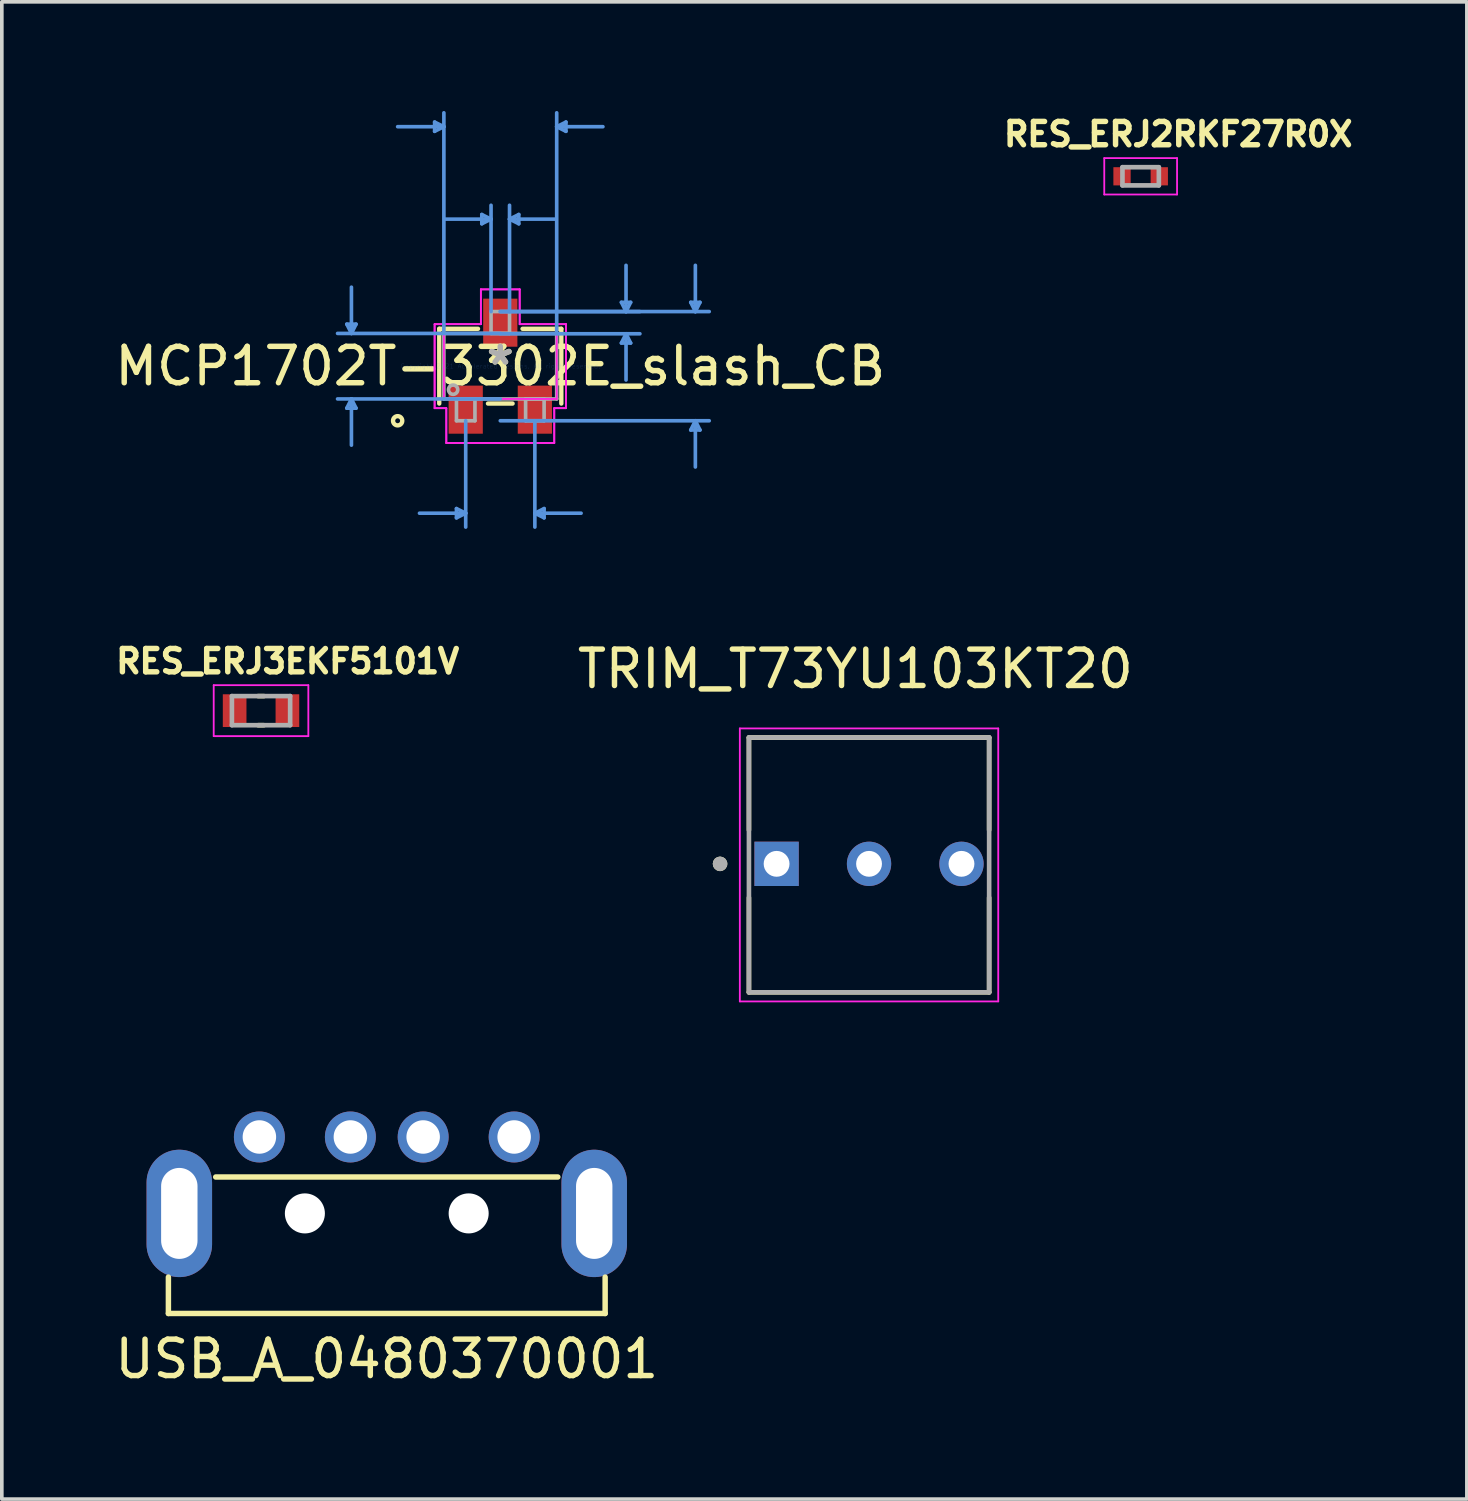
<source format=kicad_pcb>
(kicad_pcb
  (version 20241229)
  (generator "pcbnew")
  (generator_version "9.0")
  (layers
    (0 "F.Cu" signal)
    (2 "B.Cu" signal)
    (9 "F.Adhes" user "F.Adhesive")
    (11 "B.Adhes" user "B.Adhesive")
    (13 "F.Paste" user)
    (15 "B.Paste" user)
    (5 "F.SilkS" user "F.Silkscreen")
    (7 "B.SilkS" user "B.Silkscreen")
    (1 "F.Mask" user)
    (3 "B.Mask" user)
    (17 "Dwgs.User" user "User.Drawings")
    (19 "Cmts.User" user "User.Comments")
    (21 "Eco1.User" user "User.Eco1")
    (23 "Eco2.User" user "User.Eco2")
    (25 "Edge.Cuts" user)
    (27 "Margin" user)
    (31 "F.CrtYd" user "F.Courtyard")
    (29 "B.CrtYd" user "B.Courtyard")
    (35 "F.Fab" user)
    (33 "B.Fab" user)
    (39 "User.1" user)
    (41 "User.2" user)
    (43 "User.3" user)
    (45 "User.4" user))
  (footprint "TRIM_T73YU103KT20"
    (layer "F.Cu")
    (at 20.828 20.415)
    (property "Reference" "TRIM_T73YU103KT20" (at -0.375 -5.085 0) (layer "F.SilkS") (effects (font (size 1 1) (thickness 0.15))))
    (attr through_hole)
    (fp_line (start -3.3 -3.2) (end -3.3 -0.659) (stroke (width 0.127) (type solid)) (layer "F.SilkS"))
    (fp_line (start -3.3 3.8) (end -3.3 1.199) (stroke (width 0.127) (type solid)) (layer "F.SilkS"))
    (fp_line (start -3.3 3.8) (end 3.3 3.8) (stroke (width 0.127) (type solid)) (layer "F.SilkS"))
    (fp_line (start 3.3 -3.2) (end -3.3 -3.2) (stroke (width 0.127) (type solid)) (layer "F.SilkS"))
    (fp_line (start 3.3 -0.659) (end 3.3 -3.2) (stroke (width 0.127) (type solid)) (layer "F.SilkS"))
    (fp_line (start 3.3 3.8) (end 3.3 1.199) (stroke (width 0.127) (type solid)) (layer "F.SilkS"))
    (fp_circle (center -4.094 0.27) (end -3.994 0.27) (stroke (width 0.2) (type solid)) (fill no) (layer "F.SilkS"))
    (fp_line (start -3.55 -3.45) (end -3.55 4.05) (stroke (width 0.05) (type solid)) (layer "F.CrtYd"))
    (fp_line (start -3.55 4.05) (end 3.55 4.05) (stroke (width 0.05) (type solid)) (layer "F.CrtYd"))
    (fp_line (start 3.55 -3.45) (end -3.55 -3.45) (stroke (width 0.05) (type solid)) (layer "F.CrtYd"))
    (fp_line (start 3.55 4.05) (end 3.55 -3.45) (stroke (width 0.05) (type solid)) (layer "F.CrtYd"))
    (fp_line (start -3.3 -3.2) (end -3.3 3.8) (stroke (width 0.127) (type solid)) (layer "F.Fab"))
    (fp_line (start -3.3 3.8) (end 3.3 3.8) (stroke (width 0.127) (type solid)) (layer "F.Fab"))
    (fp_line (start 3.3 -3.2) (end -3.3 -3.2) (stroke (width 0.127) (type solid)) (layer "F.Fab"))
    (fp_line (start 3.3 3.8) (end 3.3 -3.2) (stroke (width 0.127) (type solid)) (layer "F.Fab"))
    (fp_circle (center -4.094 0.27) (end -3.994 0.27) (stroke (width 0.2) (type solid)) (fill no) (layer "F.Fab"))
    (pad "1" thru_hole rect (at -2.54 0.27) (size 1.218 1.218) (drill 0.71) (layers "*.Cu" "*.Mask"))
    (pad "2" thru_hole circle (at 0 0.27) (size 1.218 1.218) (drill 0.71) (layers "*.Cu" "*.Mask"))
    (pad "3" thru_hole circle (at 2.54 0.27) (size 1.218 1.218) (drill 0.71) (layers "*.Cu" "*.Mask")))
  (footprint "MCP1702T-3302E_slash_CB"
    (layer "F.Cu")
    (at 10.696 7.011)
    (property "Reference" "MCP1702T-3302E_slash_CB" (at 0 0 0) (layer "F.SilkS") (effects (font (size 1 1) (thickness 0.15))))
    (attr through_hole)
    (fp_line (start -1.677 -1.027) (end -1.677 1.027) (stroke (width 0.12) (type solid)) (layer "F.SilkS"))
    (fp_line (start -0.612 -1.027) (end -1.677 -1.027) (stroke (width 0.12) (type solid)) (layer "F.SilkS"))
    (fp_line (start -0.338 1.027) (end 0.338 1.027) (stroke (width 0.12) (type solid)) (layer "F.SilkS"))
    (fp_line (start 1.677 -1.027) (end 0.612 -1.027) (stroke (width 0.12) (type solid)) (layer "F.SilkS"))
    (fp_line (start 1.677 1.027) (end 1.677 -1.027) (stroke (width 0.12) (type solid)) (layer "F.SilkS"))
    (fp_circle (center -2.82 1.5) (end -2.693 1.5) (stroke (width 0.12) (type solid)) (fill no) (layer "F.SilkS"))
    (fp_line (start -4.217 -1.154) (end -3.963 -1.154) (stroke (width 0.1) (type solid)) (layer "Cmts.User"))
    (fp_line (start -4.217 1.154) (end -3.963 1.154) (stroke (width 0.1) (type solid)) (layer "Cmts.User"))
    (fp_line (start -4.09 -0.9) (end -4.217 -1.154) (stroke (width 0.1) (type solid)) (layer "Cmts.User"))
    (fp_line (start -4.09 -0.9) (end -4.09 -2.17) (stroke (width 0.1) (type solid)) (layer "Cmts.User"))
    (fp_line (start -4.09 -0.9) (end -3.963 -1.154) (stroke (width 0.1) (type solid)) (layer "Cmts.User"))
    (fp_line (start -4.09 0.9) (end -4.217 1.154) (stroke (width 0.1) (type solid)) (layer "Cmts.User"))
    (fp_line (start -4.09 0.9) (end -4.09 2.17) (stroke (width 0.1) (type solid)) (layer "Cmts.User"))
    (fp_line (start -4.09 0.9) (end -3.963 1.154) (stroke (width 0.1) (type solid)) (layer "Cmts.User"))
    (fp_line (start -1.804 -6.707) (end -1.804 -6.453) (stroke (width 0.1) (type solid)) (layer "Cmts.User"))
    (fp_line (start -1.55 -6.58) (end -2.82 -6.58) (stroke (width 0.1) (type solid)) (layer "Cmts.User"))
    (fp_line (start -1.55 -6.58) (end -1.804 -6.707) (stroke (width 0.1) (type solid)) (layer "Cmts.User"))
    (fp_line (start -1.55 -6.58) (end -1.804 -6.453) (stroke (width 0.1) (type solid)) (layer "Cmts.User"))
    (fp_line (start -1.55 -0.9) (end -1.55 -6.961) (stroke (width 0.1) (type solid)) (layer "Cmts.User"))
    (fp_line (start -1.204 3.913) (end -1.204 4.167) (stroke (width 0.1) (type solid)) (layer "Cmts.User"))
    (fp_line (start -0.95 1.5) (end -0.95 4.421) (stroke (width 0.1) (type solid)) (layer "Cmts.User"))
    (fp_line (start -0.95 4.04) (end -2.22 4.04) (stroke (width 0.1) (type solid)) (layer "Cmts.User"))
    (fp_line (start -0.95 4.04) (end -1.204 3.913) (stroke (width 0.1) (type solid)) (layer "Cmts.User"))
    (fp_line (start -0.95 4.04) (end -1.204 4.167) (stroke (width 0.1) (type solid)) (layer "Cmts.User"))
    (fp_line (start -0.508 -4.167) (end -0.508 -3.913) (stroke (width 0.1) (type solid)) (layer "Cmts.User"))
    (fp_line (start -0.254 -4.04) (end -1.524 -4.04) (stroke (width 0.1) (type solid)) (layer "Cmts.User"))
    (fp_line (start -0.254 -4.04) (end -0.508 -4.167) (stroke (width 0.1) (type solid)) (layer "Cmts.User"))
    (fp_line (start -0.254 -4.04) (end -0.508 -3.913) (stroke (width 0.1) (type solid)) (layer "Cmts.User"))
    (fp_line (start -0.254 -1.5) (end -0.254 -4.421) (stroke (width 0.1) (type solid)) (layer "Cmts.User"))
    (fp_line (start 0 -1.5) (end 3.836 -1.5) (stroke (width 0.1) (type solid)) (layer "Cmts.User"))
    (fp_line (start 0 -1.5) (end 5.741 -1.5) (stroke (width 0.1) (type solid)) (layer "Cmts.User"))
    (fp_line (start 0 -0.9) (end -4.471 -0.9) (stroke (width 0.1) (type solid)) (layer "Cmts.User"))
    (fp_line (start 0 -0.89) (end 3.836 -0.89) (stroke (width 0.1) (type solid)) (layer "Cmts.User"))
    (fp_line (start 0 0.9) (end -4.471 0.9) (stroke (width 0.1) (type solid)) (layer "Cmts.User"))
    (fp_line (start 0 1.5) (end 5.741 1.5) (stroke (width 0.1) (type solid)) (layer "Cmts.User"))
    (fp_line (start 0.254 -4.04) (end 0.508 -4.167) (stroke (width 0.1) (type solid)) (layer "Cmts.User"))
    (fp_line (start 0.254 -4.04) (end 0.508 -3.913) (stroke (width 0.1) (type solid)) (layer "Cmts.User"))
    (fp_line (start 0.254 -4.04) (end 1.524 -4.04) (stroke (width 0.1) (type solid)) (layer "Cmts.User"))
    (fp_line (start 0.254 -1.5) (end 0.254 -4.421) (stroke (width 0.1) (type solid)) (layer "Cmts.User"))
    (fp_line (start 0.508 -4.167) (end 0.508 -3.913) (stroke (width 0.1) (type solid)) (layer "Cmts.User"))
    (fp_line (start 0.95 1.5) (end 0.95 4.421) (stroke (width 0.1) (type solid)) (layer "Cmts.User"))
    (fp_line (start 0.95 4.04) (end 1.204 3.913) (stroke (width 0.1) (type solid)) (layer "Cmts.User"))
    (fp_line (start 0.95 4.04) (end 1.204 4.167) (stroke (width 0.1) (type solid)) (layer "Cmts.User"))
    (fp_line (start 0.95 4.04) (end 2.22 4.04) (stroke (width 0.1) (type solid)) (layer "Cmts.User"))
    (fp_line (start 1.204 3.913) (end 1.204 4.167) (stroke (width 0.1) (type solid)) (layer "Cmts.User"))
    (fp_line (start 1.55 -6.58) (end 1.804 -6.707) (stroke (width 0.1) (type solid)) (layer "Cmts.User"))
    (fp_line (start 1.55 -6.58) (end 1.804 -6.453) (stroke (width 0.1) (type solid)) (layer "Cmts.User"))
    (fp_line (start 1.55 -6.58) (end 2.82 -6.58) (stroke (width 0.1) (type solid)) (layer "Cmts.User"))
    (fp_line (start 1.55 -0.9) (end 1.55 -6.961) (stroke (width 0.1) (type solid)) (layer "Cmts.User"))
    (fp_line (start 1.804 -6.707) (end 1.804 -6.453) (stroke (width 0.1) (type solid)) (layer "Cmts.User"))
    (fp_line (start 3.328 -1.754) (end 3.582 -1.754) (stroke (width 0.1) (type solid)) (layer "Cmts.User"))
    (fp_line (start 3.328 -0.636) (end 3.582 -0.636) (stroke (width 0.1) (type solid)) (layer "Cmts.User"))
    (fp_line (start 3.455 -1.5) (end 3.328 -1.754) (stroke (width 0.1) (type solid)) (layer "Cmts.User"))
    (fp_line (start 3.455 -1.5) (end 3.455 -2.77) (stroke (width 0.1) (type solid)) (layer "Cmts.User"))
    (fp_line (start 3.455 -1.5) (end 3.582 -1.754) (stroke (width 0.1) (type solid)) (layer "Cmts.User"))
    (fp_line (start 3.455 -0.89) (end 3.328 -0.636) (stroke (width 0.1) (type solid)) (layer "Cmts.User"))
    (fp_line (start 3.455 -0.89) (end 3.455 0.38) (stroke (width 0.1) (type solid)) (layer "Cmts.User"))
    (fp_line (start 3.455 -0.89) (end 3.582 -0.636) (stroke (width 0.1) (type solid)) (layer "Cmts.User"))
    (fp_line (start 5.233 -1.754) (end 5.487 -1.754) (stroke (width 0.1) (type solid)) (layer "Cmts.User"))
    (fp_line (start 5.233 1.754) (end 5.487 1.754) (stroke (width 0.1) (type solid)) (layer "Cmts.User"))
    (fp_line (start 5.36 -1.5) (end 5.233 -1.754) (stroke (width 0.1) (type solid)) (layer "Cmts.User"))
    (fp_line (start 5.36 -1.5) (end 5.36 -2.77) (stroke (width 0.1) (type solid)) (layer "Cmts.User"))
    (fp_line (start 5.36 -1.5) (end 5.487 -1.754) (stroke (width 0.1) (type solid)) (layer "Cmts.User"))
    (fp_line (start 5.36 1.5) (end 5.233 1.754) (stroke (width 0.1) (type solid)) (layer "Cmts.User"))
    (fp_line (start 5.36 1.5) (end 5.36 2.77) (stroke (width 0.1) (type solid)) (layer "Cmts.User"))
    (fp_line (start 5.36 1.5) (end 5.487 1.754) (stroke (width 0.1) (type solid)) (layer "Cmts.User"))
    (fp_line (start -1.804 -1.154) (end -0.533 -1.154) (stroke (width 0.05) (type solid)) (layer "F.CrtYd"))
    (fp_line (start -1.804 -1.154) (end -0.533 -1.154) (stroke (width 0.05) (type solid)) (layer "F.CrtYd"))
    (fp_line (start -1.804 1.154) (end -1.804 -1.154) (stroke (width 0.05) (type solid)) (layer "F.CrtYd"))
    (fp_line (start -1.804 1.154) (end -1.804 -1.154) (stroke (width 0.05) (type solid)) (layer "F.CrtYd"))
    (fp_line (start -1.804 1.154) (end -1.483 1.154) (stroke (width 0.05) (type solid)) (layer "F.CrtYd"))
    (fp_line (start -1.55 -0.9) (end 1.55 -0.9) (stroke (width 0.05) (type solid)) (layer "F.CrtYd"))
    (fp_line (start -1.55 0.9) (end -1.55 -0.9) (stroke (width 0.05) (type solid)) (layer "F.CrtYd"))
    (fp_line (start -1.483 1.154) (end -1.804 1.154) (stroke (width 0.05) (type solid)) (layer "F.CrtYd"))
    (fp_line (start -1.483 1.154) (end -1.483 2.11) (stroke (width 0.05) (type solid)) (layer "F.CrtYd"))
    (fp_line (start -1.483 2.11) (end -1.483 1.154) (stroke (width 0.05) (type solid)) (layer "F.CrtYd"))
    (fp_line (start -1.483 2.11) (end 1.483 2.11) (stroke (width 0.05) (type solid)) (layer "F.CrtYd"))
    (fp_line (start -0.533 -2.11) (end 0.533 -2.11) (stroke (width 0.05) (type solid)) (layer "F.CrtYd"))
    (fp_line (start -0.533 -2.11) (end 0.533 -2.11) (stroke (width 0.05) (type solid)) (layer "F.CrtYd"))
    (fp_line (start -0.533 -1.154) (end -0.533 -2.11) (stroke (width 0.05) (type solid)) (layer "F.CrtYd"))
    (fp_line (start -0.533 -1.154) (end -0.533 -2.11) (stroke (width 0.05) (type solid)) (layer "F.CrtYd"))
    (fp_line (start 0.533 -2.11) (end 0.533 -1.154) (stroke (width 0.05) (type solid)) (layer "F.CrtYd"))
    (fp_line (start 0.533 -1.154) (end 0.533 -2.11) (stroke (width 0.05) (type solid)) (layer "F.CrtYd"))
    (fp_line (start 0.533 -1.154) (end 1.804 -1.154) (stroke (width 0.05) (type solid)) (layer "F.CrtYd"))
    (fp_line (start 1.483 1.154) (end 1.483 2.11) (stroke (width 0.05) (type solid)) (layer "F.CrtYd"))
    (fp_line (start 1.483 1.154) (end 1.483 2.11) (stroke (width 0.05) (type solid)) (layer "F.CrtYd"))
    (fp_line (start 1.483 2.11) (end -1.483 2.11) (stroke (width 0.05) (type solid)) (layer "F.CrtYd"))
    (fp_line (start 1.55 -0.9) (end 1.55 0.9) (stroke (width 0.05) (type solid)) (layer "F.CrtYd"))
    (fp_line (start 1.55 0.9) (end -1.55 0.9) (stroke (width 0.05) (type solid)) (layer "F.CrtYd"))
    (fp_line (start 1.804 -1.154) (end 0.533 -1.154) (stroke (width 0.05) (type solid)) (layer "F.CrtYd"))
    (fp_line (start 1.804 -1.154) (end 1.804 1.154) (stroke (width 0.05) (type solid)) (layer "F.CrtYd"))
    (fp_line (start 1.804 -1.154) (end 1.804 1.154) (stroke (width 0.05) (type solid)) (layer "F.CrtYd"))
    (fp_line (start 1.804 1.154) (end 1.483 1.154) (stroke (width 0.05) (type solid)) (layer "F.CrtYd"))
    (fp_line (start 1.804 1.154) (end 1.483 1.154) (stroke (width 0.05) (type solid)) (layer "F.CrtYd"))
    (fp_line (start -1.55 -0.9) (end -1.55 0.9) (stroke (width 0.1) (type solid)) (layer "F.Fab"))
    (fp_line (start -1.55 0.9) (end 1.55 0.9) (stroke (width 0.1) (type solid)) (layer "F.Fab"))
    (fp_line (start -1.204 0.9) (end -1.204 1.5) (stroke (width 0.1) (type solid)) (layer "F.Fab"))
    (fp_line (start -1.204 1.5) (end -0.696 1.5) (stroke (width 0.1) (type solid)) (layer "F.Fab"))
    (fp_line (start -0.696 0.9) (end -1.204 0.9) (stroke (width 0.1) (type solid)) (layer "F.Fab"))
    (fp_line (start -0.696 1.5) (end -0.696 0.9) (stroke (width 0.1) (type solid)) (layer "F.Fab"))
    (fp_line (start -0.254 -1.5) (end -0.254 -0.9) (stroke (width 0.1) (type solid)) (layer "F.Fab"))
    (fp_line (start -0.254 -0.9) (end 0.254 -0.9) (stroke (width 0.1) (type solid)) (layer "F.Fab"))
    (fp_line (start 0.254 -1.5) (end -0.254 -1.5) (stroke (width 0.1) (type solid)) (layer "F.Fab"))
    (fp_line (start 0.254 -0.9) (end 0.254 -1.5) (stroke (width 0.1) (type solid)) (layer "F.Fab"))
    (fp_line (start 0.696 0.9) (end 0.696 1.5) (stroke (width 0.1) (type solid)) (layer "F.Fab"))
    (fp_line (start 0.696 1.5) (end 1.204 1.5) (stroke (width 0.1) (type solid)) (layer "F.Fab"))
    (fp_line (start 1.204 0.9) (end 0.696 0.9) (stroke (width 0.1) (type solid)) (layer "F.Fab"))
    (fp_line (start 1.204 1.5) (end 1.204 0.9) (stroke (width 0.1) (type solid)) (layer "F.Fab"))
    (fp_line (start 1.55 -0.9) (end -1.55 -0.9) (stroke (width 0.1) (type solid)) (layer "F.Fab"))
    (fp_line (start 1.55 0.9) (end 1.55 -0.9) (stroke (width 0.1) (type solid)) (layer "F.Fab"))
    (fp_circle (center -1.296 0.646) (end -1.169 0.646) (stroke (width 0.1) (type solid)) (fill no) (layer "F.Fab"))
    (fp_text user "*" (at 0 0 0) (layer "F.SilkS") (effects (font (size 1 1) (thickness 0.15))))
    (fp_text user "Copyright 2021 Accelerated Designs. All rights reserved." (at 0 0 0) (layer "Cmts.User") (effects (font (size 0.127 0.127) (thickness 0.002))))
    (fp_text user "*" (at 0 0 0) (layer "F.Fab") (effects (font (size 1 1) (thickness 0.15))))
    (pad "1" smd rect (at -0.95 1.195) (size 0.94 1.321) (layers "F.Cu" "F.Mask" "F.Paste"))
    (pad "2" smd rect (at 0.95 1.195) (size 0.94 1.321) (layers "F.Cu" "F.Mask" "F.Paste"))
    (pad "3" smd rect (at 0 -1.195) (size 0.94 1.321) (layers "F.Cu" "F.Mask" "F.Paste")))
  (footprint "RES_ERJ3EKF5101V"
    (layer "F.Cu")
    (at 4.122 16.476)
    (property "Reference" "RES_ERJ3EKF5101V" (at 0.732 -1.356 0) (layer "F.SilkS") (effects (font (size 0.64 0.64) (thickness 0.15))))
    (attr through_hole)
    (fp_line (start -0.08 -0.4) (end 0.08 -0.4) (stroke (width 0.127) (type solid)) (layer "F.SilkS"))
    (fp_line (start -0.08 0.4) (end 0.08 0.4) (stroke (width 0.127) (type solid)) (layer "F.SilkS"))
    (fp_line (start -1.3 -0.7) (end -1.3 0.7) (stroke (width 0.05) (type solid)) (layer "F.CrtYd"))
    (fp_line (start -1.3 0.7) (end 1.3 0.7) (stroke (width 0.05) (type solid)) (layer "F.CrtYd"))
    (fp_line (start 1.3 -0.7) (end -1.3 -0.7) (stroke (width 0.05) (type solid)) (layer "F.CrtYd"))
    (fp_line (start 1.3 0.7) (end 1.3 -0.7) (stroke (width 0.05) (type solid)) (layer "F.CrtYd"))
    (fp_line (start -0.8 -0.4) (end -0.8 0.4) (stroke (width 0.127) (type solid)) (layer "F.Fab"))
    (fp_line (start -0.8 -0.4) (end 0.8 -0.4) (stroke (width 0.127) (type solid)) (layer "F.Fab"))
    (fp_line (start -0.8 0.4) (end 0.8 0.4) (stroke (width 0.127) (type solid)) (layer "F.Fab"))
    (fp_line (start 0.8 -0.4) (end 0.8 0.4) (stroke (width 0.127) (type solid)) (layer "F.Fab"))
    (pad "1" smd rect (at -0.725 0) (size 0.65 0.9) (layers "F.Cu" "F.Mask" "F.Paste"))
    (pad "2" smd rect (at 0.725 0) (size 0.65 0.9) (layers "F.Cu" "F.Mask" "F.Paste")))
  (footprint "RES_ERJ2RKF27R0X"
    (layer "F.Cu")
    (at 28.291 1.794)
    (property "Reference" "RES_ERJ2RKF27R0X" (at 1.032 -1.156 0) (layer "F.SilkS") (effects (font (size 0.64 0.64) (thickness 0.15))))
    (attr through_hole)
    (fp_line (start -1 -0.5) (end -1 0.5) (stroke (width 0.05) (type solid)) (layer "F.CrtYd"))
    (fp_line (start -1 0.5) (end 1 0.5) (stroke (width 0.05) (type solid)) (layer "F.CrtYd"))
    (fp_line (start 1 -0.5) (end -1 -0.5) (stroke (width 0.05) (type solid)) (layer "F.CrtYd"))
    (fp_line (start 1 0.5) (end 1 -0.5) (stroke (width 0.05) (type solid)) (layer "F.CrtYd"))
    (fp_line (start -0.5 -0.25) (end -0.5 0.25) (stroke (width 0.127) (type solid)) (layer "F.Fab"))
    (fp_line (start -0.5 -0.25) (end 0.5 -0.25) (stroke (width 0.127) (type solid)) (layer "F.Fab"))
    (fp_line (start -0.5 0.25) (end 0.5 0.25) (stroke (width 0.127) (type solid)) (layer "F.Fab"))
    (fp_line (start 0.5 -0.25) (end 0.5 0.25) (stroke (width 0.127) (type solid)) (layer "F.Fab"))
    (pad "1" smd rect (at -0.512 0) (size 0.475 0.5) (layers "F.Cu" "F.Mask" "F.Paste"))
    (pad "2" smd rect (at 0.512 0) (size 0.475 0.5) (layers "F.Cu" "F.Mask" "F.Paste")))
  (footprint "USB_A_0480370001"
    (layer "F.Cu")
    (at 7.577 30.29)
    (property "Reference" "USB_A_0480370001" (at 0 4 0) (layer "F.SilkS") (effects (font (size 1 1) (thickness 0.15))))
    (attr through_hole)
    (fp_line (start -6 1.75) (end -6 2.75) (stroke (width 0.15) (type solid)) (layer "F.SilkS"))
    (fp_line (start -6 2.75) (end 6 2.75) (stroke (width 0.15) (type solid)) (layer "F.SilkS"))
    (fp_line (start -4.7 -1) (end 4.7 -1) (stroke (width 0.15) (type solid)) (layer "F.SilkS"))
    (fp_line (start 6 1.75) (end 6 2.75) (stroke (width 0.15) (type solid)) (layer "F.SilkS"))
    (pad "" np_thru_hole circle (at -2.25 0) (size 1.1 1.1) (drill 1.1) (layers "*.Cu" "*.Mask"))
    (pad "" np_thru_hole circle (at 2.25 0) (size 1.1 1.1) (drill 1.1) (layers "*.Cu" "*.Mask"))
    (pad "1" thru_hole circle (at 3.5 -2.1) (size 1.4 1.4) (drill 0.92) (layers "*.Cu" "*.Mask"))
    (pad "2" thru_hole circle (at 1 -2.1) (size 1.4 1.4) (drill 0.92) (layers "*.Cu" "*.Mask"))
    (pad "3" thru_hole circle (at -1 -2.1) (size 1.4 1.4) (drill 0.92) (layers "*.Cu" "*.Mask"))
    (pad "4" thru_hole circle (at -3.5 -2.1) (size 1.4 1.4) (drill 0.92) (layers "*.Cu" "*.Mask"))
    (pad "5" thru_hole oval (at -5.7 0) (size 1.8 3.5) (drill oval 1 2.5) (layers "*.Cu" "*.Mask"))
    (pad "6" thru_hole oval (at 5.7 0) (size 1.8 3.5) (drill oval 1 2.5) (layers "*.Cu" "*.Mask")))
  (gr_rect
    (start -3 -3)
    (end 37.254 38.139)
    (stroke (width 0.1) (type default))
    (fill no)
    (layer "Edge.Cuts")))
</source>
